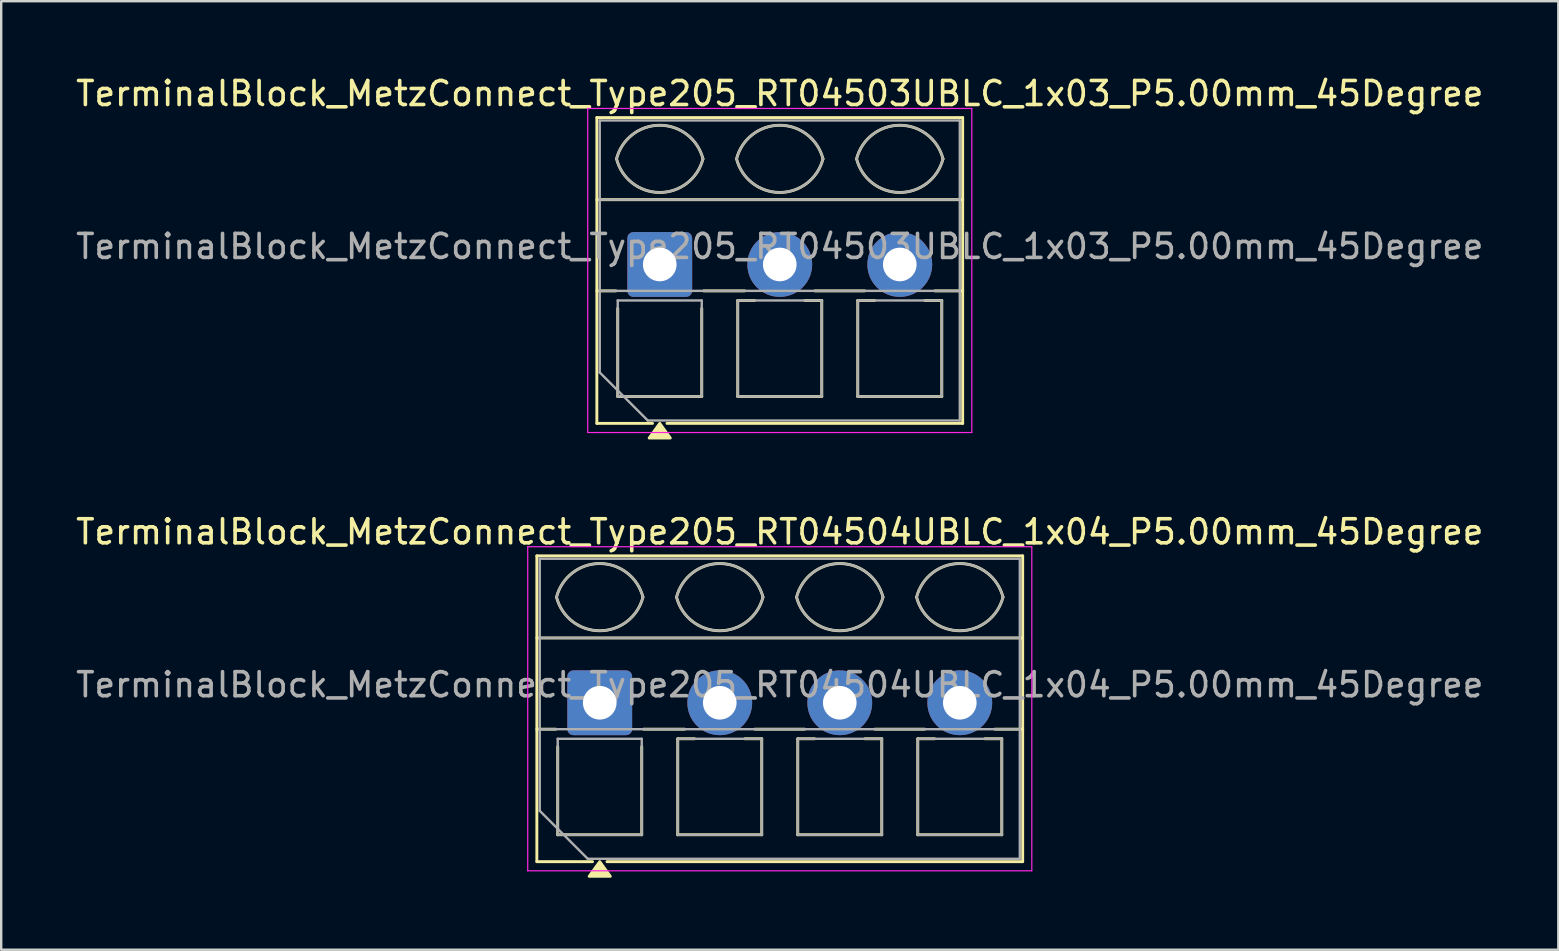
<source format=kicad_pcb>
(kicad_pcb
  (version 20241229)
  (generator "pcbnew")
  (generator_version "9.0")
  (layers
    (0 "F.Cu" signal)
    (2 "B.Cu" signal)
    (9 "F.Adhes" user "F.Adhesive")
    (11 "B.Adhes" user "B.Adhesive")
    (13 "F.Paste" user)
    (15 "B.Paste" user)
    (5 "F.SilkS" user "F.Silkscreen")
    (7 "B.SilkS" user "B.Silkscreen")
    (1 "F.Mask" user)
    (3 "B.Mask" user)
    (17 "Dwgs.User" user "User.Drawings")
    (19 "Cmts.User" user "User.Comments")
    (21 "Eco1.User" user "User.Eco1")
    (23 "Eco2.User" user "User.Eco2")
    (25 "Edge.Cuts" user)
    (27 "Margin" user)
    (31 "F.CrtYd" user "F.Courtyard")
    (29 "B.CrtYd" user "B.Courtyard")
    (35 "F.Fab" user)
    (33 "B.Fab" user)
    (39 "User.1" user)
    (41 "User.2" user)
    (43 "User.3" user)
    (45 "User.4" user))
  (footprint "TerminalBlock_MetzConnect_Type205_RT04503UBLC_1x03_P5.00mm_45Degree"
    (layer "F.Cu")
    (at 24.435 7.968)
    (property "Reference" "TerminalBlock_MetzConnect_Type205_RT04503UBLC_1x03_P5.00mm_45Degree" (at 5 -7.12 0) (layer "F.SilkS") (effects (font (size 1 1) (thickness 0.15))))
    (attr through_hole)
    (fp_line (start -2.62 -6.12) (end 12.62 -6.12) (stroke (width 0.12) (type solid)) (layer "F.SilkS"))
    (fp_line (start -2.62 -2.7) (end 12.62 -2.7) (stroke (width 0.12) (type solid)) (layer "F.SilkS"))
    (fp_line (start -2.62 1.1) (end -1.83 1.1) (stroke (width 0.12) (type solid)) (layer "F.SilkS"))
    (fp_line (start -2.62 6.62) (end -2.62 -6.12) (stroke (width 0.12) (type solid)) (layer "F.SilkS"))
    (fp_line (start -1.75 5.5) (end -1.75 1.83) (stroke (width 0.12) (type solid)) (layer "F.SilkS"))
    (fp_line (start -0.3 6.62) (end -2.62 6.62) (stroke (width 0.12) (type solid)) (layer "F.SilkS"))
    (fp_line (start 1.75 1.83) (end 1.75 5.5) (stroke (width 0.12) (type solid)) (layer "F.SilkS"))
    (fp_line (start 1.75 5.5) (end -1.75 5.5) (stroke (width 0.12) (type solid)) (layer "F.SilkS"))
    (fp_line (start 1.83 1.1) (end 3.538 1.1) (stroke (width 0.12) (type solid)) (layer "F.SilkS"))
    (fp_line (start 3.25 1.5) (end 3.952 1.5) (stroke (width 0.12) (type solid)) (layer "F.SilkS"))
    (fp_line (start 3.25 5.5) (end 3.25 1.5) (stroke (width 0.12) (type solid)) (layer "F.SilkS"))
    (fp_line (start 6.048 1.5) (end 6.75 1.5) (stroke (width 0.12) (type solid)) (layer "F.SilkS"))
    (fp_line (start 6.462 1.1) (end 8.538 1.1) (stroke (width 0.12) (type solid)) (layer "F.SilkS"))
    (fp_line (start 6.75 1.5) (end 6.75 5.5) (stroke (width 0.12) (type solid)) (layer "F.SilkS"))
    (fp_line (start 6.75 5.5) (end 3.25 5.5) (stroke (width 0.12) (type solid)) (layer "F.SilkS"))
    (fp_line (start 8.25 1.5) (end 8.952 1.5) (stroke (width 0.12) (type solid)) (layer "F.SilkS"))
    (fp_line (start 8.25 5.5) (end 8.25 1.5) (stroke (width 0.12) (type solid)) (layer "F.SilkS"))
    (fp_line (start 11.048 1.5) (end 11.75 1.5) (stroke (width 0.12) (type solid)) (layer "F.SilkS"))
    (fp_line (start 11.462 1.1) (end 12.62 1.1) (stroke (width 0.12) (type solid)) (layer "F.SilkS"))
    (fp_line (start 11.75 1.5) (end 11.75 5.5) (stroke (width 0.12) (type solid)) (layer "F.SilkS"))
    (fp_line (start 11.75 5.5) (end 8.25 5.5) (stroke (width 0.12) (type solid)) (layer "F.SilkS"))
    (fp_line (start 12.62 -6.12) (end 12.62 6.62) (stroke (width 0.12) (type solid)) (layer "F.SilkS"))
    (fp_line (start 12.62 6.62) (end 0.3 6.62) (stroke (width 0.12) (type solid)) (layer "F.SilkS"))
    (fp_arc (start -1.8 -4.4) (mid 0 -5.8) (end 1.8 -4.4) (stroke (width 0.12) (type solid)) (layer "F.SilkS"))
    (fp_arc (start 1.8 -4.4) (mid 0 -3) (end -1.8 -4.4) (stroke (width 0.12) (type solid)) (layer "F.SilkS"))
    (fp_arc (start 3.2 -4.4) (mid 5 -5.8) (end 6.8 -4.4) (stroke (width 0.12) (type solid)) (layer "F.SilkS"))
    (fp_arc (start 6.8 -4.4) (mid 5 -3) (end 3.2 -4.4) (stroke (width 0.12) (type solid)) (layer "F.SilkS"))
    (fp_arc (start 8.2 -4.4) (mid 10 -5.8) (end 11.8 -4.4) (stroke (width 0.12) (type solid)) (layer "F.SilkS"))
    (fp_arc (start 11.8 -4.4) (mid 10 -3) (end 8.2 -4.4) (stroke (width 0.12) (type solid)) (layer "F.SilkS"))
    (fp_poly (pts (xy 0 6.62) (xy 0.44 7.23) (xy -0.44 7.23)) (stroke (width 0.12) (type solid)) (fill yes) (layer "F.SilkS"))
    (fp_line (start -3 -6.5) (end -3 7) (stroke (width 0.05) (type solid)) (layer "F.CrtYd"))
    (fp_line (start -3 7) (end 13 7) (stroke (width 0.05) (type solid)) (layer "F.CrtYd"))
    (fp_line (start 13 -6.5) (end -3 -6.5) (stroke (width 0.05) (type solid)) (layer "F.CrtYd"))
    (fp_line (start 13 7) (end 13 -6.5) (stroke (width 0.05) (type solid)) (layer "F.CrtYd"))
    (fp_line (start -2.5 -6) (end 12.5 -6) (stroke (width 0.1) (type solid)) (layer "F.Fab"))
    (fp_line (start -2.5 -2.7) (end 12.5 -2.7) (stroke (width 0.1) (type solid)) (layer "F.Fab"))
    (fp_line (start -2.5 1.1) (end 12.5 1.1) (stroke (width 0.1) (type solid)) (layer "F.Fab"))
    (fp_line (start -2.5 4.5) (end -2.5 -6) (stroke (width 0.1) (type solid)) (layer "F.Fab"))
    (fp_line (start -1.75 1.5) (end -1.75 5.5) (stroke (width 0.1) (type solid)) (layer "F.Fab"))
    (fp_line (start -1.75 5.5) (end 1.75 5.5) (stroke (width 0.1) (type solid)) (layer "F.Fab"))
    (fp_line (start -0.5 6.5) (end -2.5 4.5) (stroke (width 0.1) (type solid)) (layer "F.Fab"))
    (fp_line (start 1.75 1.5) (end -1.75 1.5) (stroke (width 0.1) (type solid)) (layer "F.Fab"))
    (fp_line (start 1.75 5.5) (end 1.75 1.5) (stroke (width 0.1) (type solid)) (layer "F.Fab"))
    (fp_line (start 3.25 1.5) (end 3.25 5.5) (stroke (width 0.1) (type solid)) (layer "F.Fab"))
    (fp_line (start 3.25 5.5) (end 6.75 5.5) (stroke (width 0.1) (type solid)) (layer "F.Fab"))
    (fp_line (start 6.75 1.5) (end 3.25 1.5) (stroke (width 0.1) (type solid)) (layer "F.Fab"))
    (fp_line (start 6.75 5.5) (end 6.75 1.5) (stroke (width 0.1) (type solid)) (layer "F.Fab"))
    (fp_line (start 8.25 1.5) (end 8.25 5.5) (stroke (width 0.1) (type solid)) (layer "F.Fab"))
    (fp_line (start 8.25 5.5) (end 11.75 5.5) (stroke (width 0.1) (type solid)) (layer "F.Fab"))
    (fp_line (start 11.75 1.5) (end 8.25 1.5) (stroke (width 0.1) (type solid)) (layer "F.Fab"))
    (fp_line (start 11.75 5.5) (end 11.75 1.5) (stroke (width 0.1) (type solid)) (layer "F.Fab"))
    (fp_line (start 12.5 -6) (end 12.5 6.5) (stroke (width 0.1) (type solid)) (layer "F.Fab"))
    (fp_line (start 12.5 6.5) (end -0.5 6.5) (stroke (width 0.1) (type solid)) (layer "F.Fab"))
    (fp_arc (start -1.8 -4.4) (mid 0 -5.8) (end 1.8 -4.4) (stroke (width 0.1) (type solid)) (layer "F.Fab"))
    (fp_arc (start 1.8 -4.4) (mid 0 -3) (end -1.8 -4.4) (stroke (width 0.1) (type solid)) (layer "F.Fab"))
    (fp_arc (start 3.2 -4.4) (mid 5 -5.8) (end 6.8 -4.4) (stroke (width 0.1) (type solid)) (layer "F.Fab"))
    (fp_arc (start 6.8 -4.4) (mid 5 -3) (end 3.2 -4.4) (stroke (width 0.1) (type solid)) (layer "F.Fab"))
    (fp_arc (start 8.2 -4.4) (mid 10 -5.8) (end 11.8 -4.4) (stroke (width 0.1) (type solid)) (layer "F.Fab"))
    (fp_arc (start 11.8 -4.4) (mid 10 -3) (end 8.2 -4.4) (stroke (width 0.1) (type solid)) (layer "F.Fab"))
    (fp_text user "${REFERENCE}" (at 5 -0.75 0) (layer "F.Fab") (effects (font (size 1 1) (thickness 0.15))))
    (pad "1" thru_hole roundrect (at 0 0) (size 2.7 2.7) (drill 1.4) (layers "*.Cu" "*.Mask") (roundrect_rratio 0.093))
    (pad "2" thru_hole circle (at 5 0) (size 2.7 2.7) (drill 1.4) (layers "*.Cu" "*.Mask"))
    (pad "3" thru_hole circle (at 10 0) (size 2.7 2.7) (drill 1.4) (layers "*.Cu" "*.Mask")))
  (footprint "TerminalBlock_MetzConnect_Type205_RT04504UBLC_1x04_P5.00mm_45Degree"
    (layer "F.Cu")
    (at 21.935 26.227)
    (property "Reference" "TerminalBlock_MetzConnect_Type205_RT04504UBLC_1x04_P5.00mm_45Degree" (at 7.5 -7.12 0) (layer "F.SilkS") (effects (font (size 1 1) (thickness 0.15))))
    (attr through_hole)
    (fp_line (start -2.62 -6.12) (end 17.62 -6.12) (stroke (width 0.12) (type solid)) (layer "F.SilkS"))
    (fp_line (start -2.62 -2.7) (end 17.62 -2.7) (stroke (width 0.12) (type solid)) (layer "F.SilkS"))
    (fp_line (start -2.62 1.1) (end -1.83 1.1) (stroke (width 0.12) (type solid)) (layer "F.SilkS"))
    (fp_line (start -2.62 6.62) (end -2.62 -6.12) (stroke (width 0.12) (type solid)) (layer "F.SilkS"))
    (fp_line (start -1.75 5.5) (end -1.75 1.83) (stroke (width 0.12) (type solid)) (layer "F.SilkS"))
    (fp_line (start -0.3 6.62) (end -2.62 6.62) (stroke (width 0.12) (type solid)) (layer "F.SilkS"))
    (fp_line (start 1.75 1.83) (end 1.75 5.5) (stroke (width 0.12) (type solid)) (layer "F.SilkS"))
    (fp_line (start 1.75 5.5) (end -1.75 5.5) (stroke (width 0.12) (type solid)) (layer "F.SilkS"))
    (fp_line (start 1.83 1.1) (end 3.538 1.1) (stroke (width 0.12) (type solid)) (layer "F.SilkS"))
    (fp_line (start 3.25 1.5) (end 3.952 1.5) (stroke (width 0.12) (type solid)) (layer "F.SilkS"))
    (fp_line (start 3.25 5.5) (end 3.25 1.5) (stroke (width 0.12) (type solid)) (layer "F.SilkS"))
    (fp_line (start 6.048 1.5) (end 6.75 1.5) (stroke (width 0.12) (type solid)) (layer "F.SilkS"))
    (fp_line (start 6.462 1.1) (end 8.538 1.1) (stroke (width 0.12) (type solid)) (layer "F.SilkS"))
    (fp_line (start 6.75 1.5) (end 6.75 5.5) (stroke (width 0.12) (type solid)) (layer "F.SilkS"))
    (fp_line (start 6.75 5.5) (end 3.25 5.5) (stroke (width 0.12) (type solid)) (layer "F.SilkS"))
    (fp_line (start 8.25 1.5) (end 8.952 1.5) (stroke (width 0.12) (type solid)) (layer "F.SilkS"))
    (fp_line (start 8.25 5.5) (end 8.25 1.5) (stroke (width 0.12) (type solid)) (layer "F.SilkS"))
    (fp_line (start 11.048 1.5) (end 11.75 1.5) (stroke (width 0.12) (type solid)) (layer "F.SilkS"))
    (fp_line (start 11.462 1.1) (end 13.538 1.1) (stroke (width 0.12) (type solid)) (layer "F.SilkS"))
    (fp_line (start 11.75 1.5) (end 11.75 5.5) (stroke (width 0.12) (type solid)) (layer "F.SilkS"))
    (fp_line (start 11.75 5.5) (end 8.25 5.5) (stroke (width 0.12) (type solid)) (layer "F.SilkS"))
    (fp_line (start 13.25 1.5) (end 13.952 1.5) (stroke (width 0.12) (type solid)) (layer "F.SilkS"))
    (fp_line (start 13.25 5.5) (end 13.25 1.5) (stroke (width 0.12) (type solid)) (layer "F.SilkS"))
    (fp_line (start 16.048 1.5) (end 16.75 1.5) (stroke (width 0.12) (type solid)) (layer "F.SilkS"))
    (fp_line (start 16.462 1.1) (end 17.62 1.1) (stroke (width 0.12) (type solid)) (layer "F.SilkS"))
    (fp_line (start 16.75 1.5) (end 16.75 5.5) (stroke (width 0.12) (type solid)) (layer "F.SilkS"))
    (fp_line (start 16.75 5.5) (end 13.25 5.5) (stroke (width 0.12) (type solid)) (layer "F.SilkS"))
    (fp_line (start 17.62 -6.12) (end 17.62 6.62) (stroke (width 0.12) (type solid)) (layer "F.SilkS"))
    (fp_line (start 17.62 6.62) (end 0.3 6.62) (stroke (width 0.12) (type solid)) (layer "F.SilkS"))
    (fp_arc (start -1.8 -4.4) (mid 0 -5.8) (end 1.8 -4.4) (stroke (width 0.12) (type solid)) (layer "F.SilkS"))
    (fp_arc (start 1.8 -4.4) (mid 0 -3) (end -1.8 -4.4) (stroke (width 0.12) (type solid)) (layer "F.SilkS"))
    (fp_arc (start 3.2 -4.4) (mid 5 -5.8) (end 6.8 -4.4) (stroke (width 0.12) (type solid)) (layer "F.SilkS"))
    (fp_arc (start 6.8 -4.4) (mid 5 -3) (end 3.2 -4.4) (stroke (width 0.12) (type solid)) (layer "F.SilkS"))
    (fp_arc (start 8.2 -4.4) (mid 10 -5.8) (end 11.8 -4.4) (stroke (width 0.12) (type solid)) (layer "F.SilkS"))
    (fp_arc (start 11.8 -4.4) (mid 10 -3) (end 8.2 -4.4) (stroke (width 0.12) (type solid)) (layer "F.SilkS"))
    (fp_arc (start 13.2 -4.4) (mid 15 -5.8) (end 16.8 -4.4) (stroke (width 0.12) (type solid)) (layer "F.SilkS"))
    (fp_arc (start 16.8 -4.4) (mid 15 -3) (end 13.2 -4.4) (stroke (width 0.12) (type solid)) (layer "F.SilkS"))
    (fp_poly (pts (xy 0 6.62) (xy 0.44 7.23) (xy -0.44 7.23)) (stroke (width 0.12) (type solid)) (fill yes) (layer "F.SilkS"))
    (fp_line (start -3 -6.5) (end -3 7) (stroke (width 0.05) (type solid)) (layer "F.CrtYd"))
    (fp_line (start -3 7) (end 18 7) (stroke (width 0.05) (type solid)) (layer "F.CrtYd"))
    (fp_line (start 18 -6.5) (end -3 -6.5) (stroke (width 0.05) (type solid)) (layer "F.CrtYd"))
    (fp_line (start 18 7) (end 18 -6.5) (stroke (width 0.05) (type solid)) (layer "F.CrtYd"))
    (fp_line (start -2.5 -6) (end 17.5 -6) (stroke (width 0.1) (type solid)) (layer "F.Fab"))
    (fp_line (start -2.5 -2.7) (end 17.5 -2.7) (stroke (width 0.1) (type solid)) (layer "F.Fab"))
    (fp_line (start -2.5 1.1) (end 17.5 1.1) (stroke (width 0.1) (type solid)) (layer "F.Fab"))
    (fp_line (start -2.5 4.5) (end -2.5 -6) (stroke (width 0.1) (type solid)) (layer "F.Fab"))
    (fp_line (start -1.75 1.5) (end -1.75 5.5) (stroke (width 0.1) (type solid)) (layer "F.Fab"))
    (fp_line (start -1.75 5.5) (end 1.75 5.5) (stroke (width 0.1) (type solid)) (layer "F.Fab"))
    (fp_line (start -0.5 6.5) (end -2.5 4.5) (stroke (width 0.1) (type solid)) (layer "F.Fab"))
    (fp_line (start 1.75 1.5) (end -1.75 1.5) (stroke (width 0.1) (type solid)) (layer "F.Fab"))
    (fp_line (start 1.75 5.5) (end 1.75 1.5) (stroke (width 0.1) (type solid)) (layer "F.Fab"))
    (fp_line (start 3.25 1.5) (end 3.25 5.5) (stroke (width 0.1) (type solid)) (layer "F.Fab"))
    (fp_line (start 3.25 5.5) (end 6.75 5.5) (stroke (width 0.1) (type solid)) (layer "F.Fab"))
    (fp_line (start 6.75 1.5) (end 3.25 1.5) (stroke (width 0.1) (type solid)) (layer "F.Fab"))
    (fp_line (start 6.75 5.5) (end 6.75 1.5) (stroke (width 0.1) (type solid)) (layer "F.Fab"))
    (fp_line (start 8.25 1.5) (end 8.25 5.5) (stroke (width 0.1) (type solid)) (layer "F.Fab"))
    (fp_line (start 8.25 5.5) (end 11.75 5.5) (stroke (width 0.1) (type solid)) (layer "F.Fab"))
    (fp_line (start 11.75 1.5) (end 8.25 1.5) (stroke (width 0.1) (type solid)) (layer "F.Fab"))
    (fp_line (start 11.75 5.5) (end 11.75 1.5) (stroke (width 0.1) (type solid)) (layer "F.Fab"))
    (fp_line (start 13.25 1.5) (end 13.25 5.5) (stroke (width 0.1) (type solid)) (layer "F.Fab"))
    (fp_line (start 13.25 5.5) (end 16.75 5.5) (stroke (width 0.1) (type solid)) (layer "F.Fab"))
    (fp_line (start 16.75 1.5) (end 13.25 1.5) (stroke (width 0.1) (type solid)) (layer "F.Fab"))
    (fp_line (start 16.75 5.5) (end 16.75 1.5) (stroke (width 0.1) (type solid)) (layer "F.Fab"))
    (fp_line (start 17.5 -6) (end 17.5 6.5) (stroke (width 0.1) (type solid)) (layer "F.Fab"))
    (fp_line (start 17.5 6.5) (end -0.5 6.5) (stroke (width 0.1) (type solid)) (layer "F.Fab"))
    (fp_arc (start -1.8 -4.4) (mid 0 -5.8) (end 1.8 -4.4) (stroke (width 0.1) (type solid)) (layer "F.Fab"))
    (fp_arc (start 1.8 -4.4) (mid 0 -3) (end -1.8 -4.4) (stroke (width 0.1) (type solid)) (layer "F.Fab"))
    (fp_arc (start 3.2 -4.4) (mid 5 -5.8) (end 6.8 -4.4) (stroke (width 0.1) (type solid)) (layer "F.Fab"))
    (fp_arc (start 6.8 -4.4) (mid 5 -3) (end 3.2 -4.4) (stroke (width 0.1) (type solid)) (layer "F.Fab"))
    (fp_arc (start 8.2 -4.4) (mid 10 -5.8) (end 11.8 -4.4) (stroke (width 0.1) (type solid)) (layer "F.Fab"))
    (fp_arc (start 11.8 -4.4) (mid 10 -3) (end 8.2 -4.4) (stroke (width 0.1) (type solid)) (layer "F.Fab"))
    (fp_arc (start 13.2 -4.4) (mid 15 -5.8) (end 16.8 -4.4) (stroke (width 0.1) (type solid)) (layer "F.Fab"))
    (fp_arc (start 16.8 -4.4) (mid 15 -3) (end 13.2 -4.4) (stroke (width 0.1) (type solid)) (layer "F.Fab"))
    (fp_text user "${REFERENCE}" (at 7.5 -0.75 0) (layer "F.Fab") (effects (font (size 1 1) (thickness 0.15))))
    (pad "1" thru_hole roundrect (at 0 0) (size 2.7 2.7) (drill 1.4) (layers "*.Cu" "*.Mask") (roundrect_rratio 0.093))
    (pad "2" thru_hole circle (at 5 0) (size 2.7 2.7) (drill 1.4) (layers "*.Cu" "*.Mask"))
    (pad "3" thru_hole circle (at 10 0) (size 2.7 2.7) (drill 1.4) (layers "*.Cu" "*.Mask"))
    (pad "4" thru_hole circle (at 15 0) (size 2.7 2.7) (drill 1.4) (layers "*.Cu" "*.Mask")))
  (gr_rect
    (start -3 -3)
    (end 61.869 36.517)
    (stroke (width 0.1) (type default))
    (fill no)
    (layer "Edge.Cuts")))
</source>
